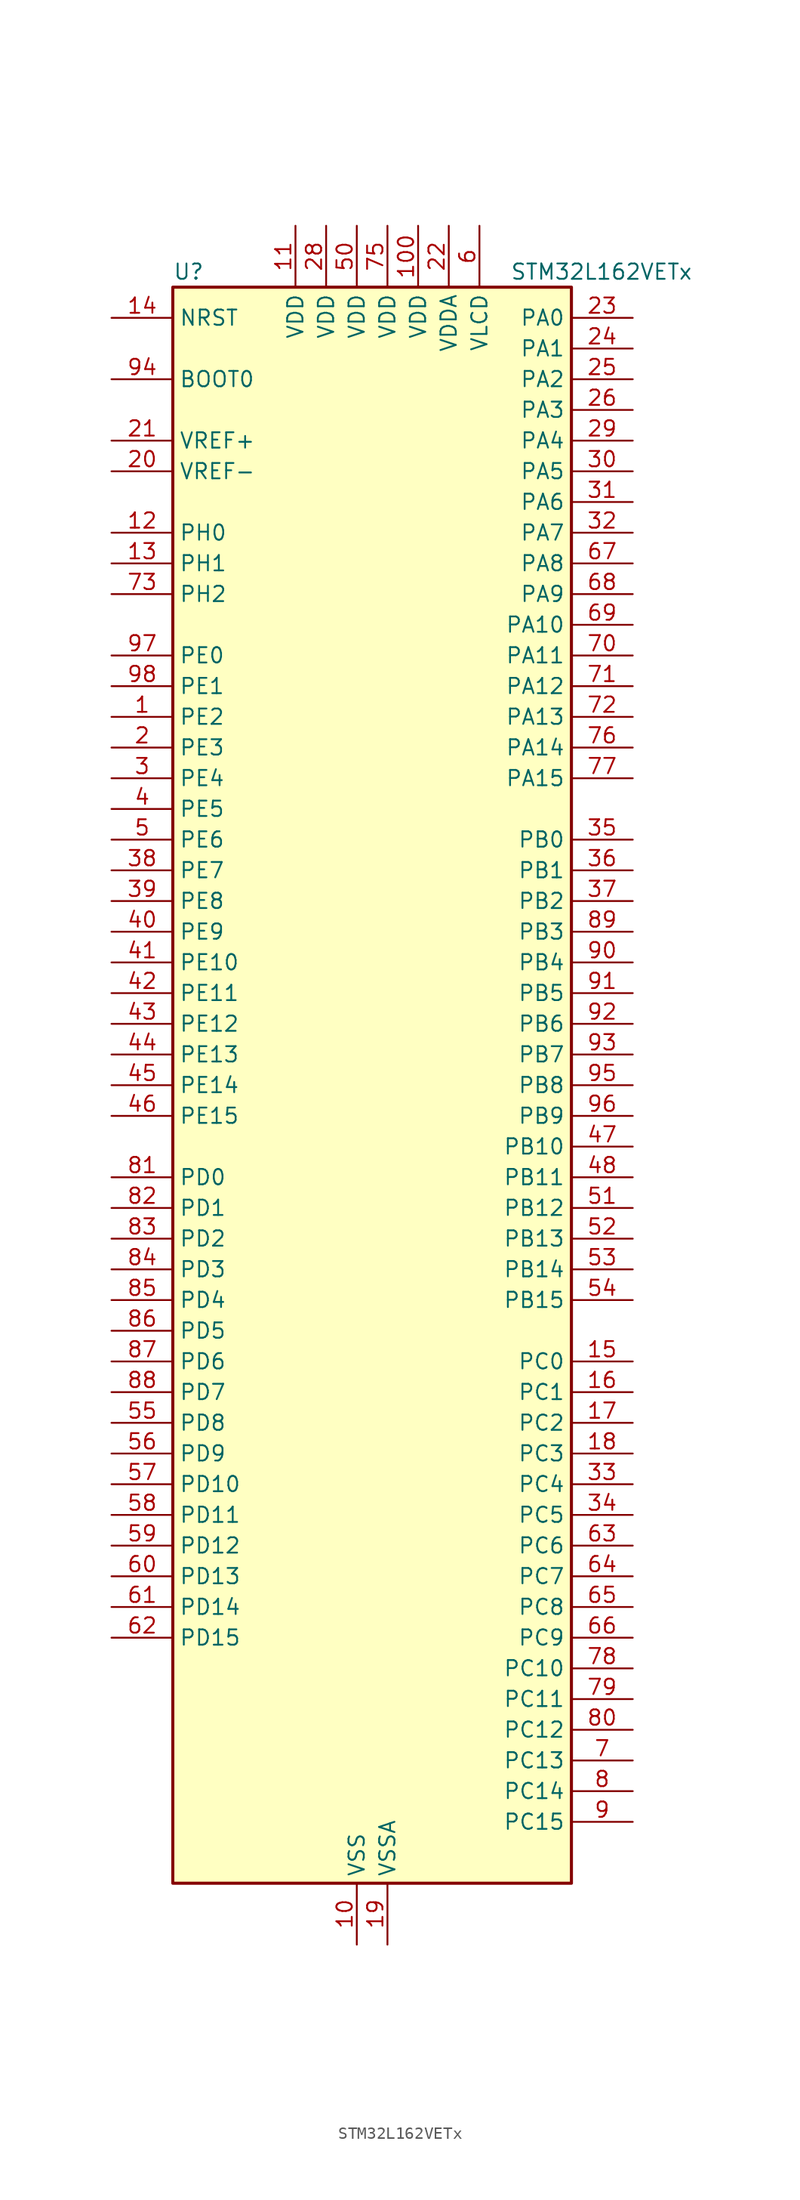
<source format=kicad_sym>
(kicad_symbol_lib
  (version 20220914)
  (generator kicad_symbol_editor)
  (symbol "STM32L162VETx"
    (property "Reference" "U"
      (at -15.24 67.31 0)
      (effects (font (size 1.27 1.27)) (justify left)))
    (property "Value" "STM32L162VETx"
      (at 12.7 67.31 0)
      (effects (font (size 1.27 1.27)) (justify left)))
    (property "ki_locked" ""
      (at 0 0 0)
      (effects (font (size 1.27 1.27))))
    (symbol "STM32L162VETx_0_1"
      (rectangle (start -15.24 -66.04) (end 17.78 66.04) (stroke (width 0.254) (type default)) (fill (type background))))
    (symbol "STM32L162VETx_1_1"
      (pin bidirectional line (at -20.32 30.48 0) (length 5.08) (name "PE2" (effects (font (size 1.27 1.27)))) (number "1" (effects (font (size 1.27 1.27)))) (alternate "LCD_SEG38" bidirectional line) (alternate "SYS_TRACECK" bidirectional line) (alternate "TIM3_ETR" bidirectional line) (alternate "TIMX_IC3" bidirectional line))
      (pin power_in line (at 0 -71.12 90) (length 5.08) (name "VSS" (effects (font (size 1.27 1.27)))) (number "10" (effects (font (size 1.27 1.27)))))
      (pin power_in line (at 5.08 71.12 270) (length 5.08) (name "VDD" (effects (font (size 1.27 1.27)))) (number "100" (effects (font (size 1.27 1.27)))))
      (pin power_in line (at -5.08 71.12 270) (length 5.08) (name "VDD" (effects (font (size 1.27 1.27)))) (number "11" (effects (font (size 1.27 1.27)))))
      (pin bidirectional line (at -20.32 45.72 0) (length 5.08) (name "PH0" (effects (font (size 1.27 1.27)))) (number "12" (effects (font (size 1.27 1.27)))) (alternate "RCC_OSC_IN" bidirectional line))
      (pin bidirectional line (at -20.32 43.18 0) (length 5.08) (name "PH1" (effects (font (size 1.27 1.27)))) (number "13" (effects (font (size 1.27 1.27)))) (alternate "RCC_OSC_OUT" bidirectional line))
      (pin input line (at -20.32 63.5 0) (length 5.08) (name "NRST" (effects (font (size 1.27 1.27)))) (number "14" (effects (font (size 1.27 1.27)))))
      (pin bidirectional line (at 22.86 -22.86 180) (length 5.08) (name "PC0" (effects (font (size 1.27 1.27)))) (number "15" (effects (font (size 1.27 1.27)))) (alternate "ADC_IN10" bidirectional line) (alternate "COMP1_INP" bidirectional line) (alternate "LCD_SEG18" bidirectional line) (alternate "TIMX_IC1" bidirectional line) (alternate "TS_G8_IO1" bidirectional line))
      (pin bidirectional line (at 22.86 -25.4 180) (length 5.08) (name "PC1" (effects (font (size 1.27 1.27)))) (number "16" (effects (font (size 1.27 1.27)))) (alternate "ADC_IN11" bidirectional line) (alternate "COMP1_INP" bidirectional line) (alternate "LCD_SEG19" bidirectional line) (alternate "TIMX_IC2" bidirectional line) (alternate "TS_G8_IO2" bidirectional line))
      (pin bidirectional line (at 22.86 -27.94 180) (length 5.08) (name "PC2" (effects (font (size 1.27 1.27)))) (number "17" (effects (font (size 1.27 1.27)))) (alternate "ADC_IN12" bidirectional line) (alternate "COMP1_INP" bidirectional line) (alternate "LCD_SEG20" bidirectional line) (alternate "TIMX_IC3" bidirectional line) (alternate "TS_G8_IO3" bidirectional line))
      (pin bidirectional line (at 22.86 -30.48 180) (length 5.08) (name "PC3" (effects (font (size 1.27 1.27)))) (number "18" (effects (font (size 1.27 1.27)))) (alternate "ADC_IN13" bidirectional line) (alternate "COMP1_INP" bidirectional line) (alternate "LCD_SEG21" bidirectional line) (alternate "TIMX_IC4" bidirectional line) (alternate "TS_G8_IO4" bidirectional line))
      (pin power_in line (at 2.54 -71.12 90) (length 5.08) (name "VSSA" (effects (font (size 1.27 1.27)))) (number "19" (effects (font (size 1.27 1.27)))))
      (pin bidirectional line (at -20.32 27.94 0) (length 5.08) (name "PE3" (effects (font (size 1.27 1.27)))) (number "2" (effects (font (size 1.27 1.27)))) (alternate "LCD_SEG39" bidirectional line) (alternate "SYS_TRACED0" bidirectional line) (alternate "TIM3_CH1" bidirectional line) (alternate "TIMX_IC4" bidirectional line))
      (pin input line (at -20.32 50.8 0) (length 5.08) (name "VREF-" (effects (font (size 1.27 1.27)))) (number "20" (effects (font (size 1.27 1.27)))))
      (pin input line (at -20.32 53.34 0) (length 5.08) (name "VREF+" (effects (font (size 1.27 1.27)))) (number "21" (effects (font (size 1.27 1.27)))))
      (pin power_in line (at 7.62 71.12 270) (length 5.08) (name "VDDA" (effects (font (size 1.27 1.27)))) (number "22" (effects (font (size 1.27 1.27)))))
      (pin bidirectional line (at 22.86 63.5 180) (length 5.08) (name "PA0" (effects (font (size 1.27 1.27)))) (number "23" (effects (font (size 1.27 1.27)))) (alternate "ADC_IN0" bidirectional line) (alternate "COMP1_INP" bidirectional line) (alternate "RTC_TAMP2" bidirectional line) (alternate "SYS_WKUP1" bidirectional line) (alternate "TIM2_CH1" bidirectional line) (alternate "TIM2_ETR" bidirectional line) (alternate "TIM5_CH1" bidirectional line) (alternate "TIMX_IC1" bidirectional line) (alternate "TS_G1_IO1" bidirectional line) (alternate "USART2_CTS" bidirectional line))
      (pin bidirectional line (at 22.86 60.96 180) (length 5.08) (name "PA1" (effects (font (size 1.27 1.27)))) (number "24" (effects (font (size 1.27 1.27)))) (alternate "ADC_IN1" bidirectional line) (alternate "COMP1_INP" bidirectional line) (alternate "LCD_SEG0" bidirectional line) (alternate "OPAMP1_VINP" bidirectional line) (alternate "TIM2_CH2" bidirectional line) (alternate "TIM5_CH2" bidirectional line) (alternate "TIMX_IC2" bidirectional line) (alternate "TS_G1_IO2" bidirectional line) (alternate "USART2_RTS" bidirectional line))
      (pin bidirectional line (at 22.86 58.42 180) (length 5.08) (name "PA2" (effects (font (size 1.27 1.27)))) (number "25" (effects (font (size 1.27 1.27)))) (alternate "ADC_IN2" bidirectional line) (alternate "COMP1_INP" bidirectional line) (alternate "LCD_SEG1" bidirectional line) (alternate "OPAMP1_VINM" bidirectional line) (alternate "TIM2_CH3" bidirectional line) (alternate "TIM5_CH3" bidirectional line) (alternate "TIM9_CH1" bidirectional line) (alternate "TIMX_IC3" bidirectional line) (alternate "TS_G1_IO3" bidirectional line) (alternate "USART2_TX" bidirectional line))
      (pin bidirectional line (at 22.86 55.88 180) (length 5.08) (name "PA3" (effects (font (size 1.27 1.27)))) (number "26" (effects (font (size 1.27 1.27)))) (alternate "ADC_IN3" bidirectional line) (alternate "COMP1_INP" bidirectional line) (alternate "LCD_SEG2" bidirectional line) (alternate "OPAMP1_VOUT" bidirectional line) (alternate "TIM2_CH4" bidirectional line) (alternate "TIM5_CH4" bidirectional line) (alternate "TIM9_CH2" bidirectional line) (alternate "TIMX_IC4" bidirectional line) (alternate "TS_G1_IO4" bidirectional line) (alternate "USART2_RX" bidirectional line))
      (pin passive line (at 0 -71.12 90) (length 5.08) hide (name "VSS" (effects (font (size 1.27 1.27)))) (number "27" (effects (font (size 1.27 1.27)))))
      (pin power_in line (at -2.54 71.12 270) (length 5.08) (name "VDD" (effects (font (size 1.27 1.27)))) (number "28" (effects (font (size 1.27 1.27)))))
      (pin bidirectional line (at 22.86 53.34 180) (length 5.08) (name "PA4" (effects (font (size 1.27 1.27)))) (number "29" (effects (font (size 1.27 1.27)))) (alternate "ADC_IN4" bidirectional line) (alternate "COMP1_INP" bidirectional line) (alternate "DAC_OUT1" bidirectional line) (alternate "I2S3_WS" bidirectional line) (alternate "SPI1_NSS" bidirectional line) (alternate "SPI3_NSS" bidirectional line) (alternate "TIMX_IC1" bidirectional line) (alternate "USART2_CK" bidirectional line))
      (pin bidirectional line (at -20.32 25.4 0) (length 5.08) (name "PE4" (effects (font (size 1.27 1.27)))) (number "3" (effects (font (size 1.27 1.27)))) (alternate "SYS_TRACED1" bidirectional line) (alternate "TIM3_CH2" bidirectional line) (alternate "TIMX_IC1" bidirectional line))
      (pin bidirectional line (at 22.86 50.8 180) (length 5.08) (name "PA5" (effects (font (size 1.27 1.27)))) (number "30" (effects (font (size 1.27 1.27)))) (alternate "ADC_IN5" bidirectional line) (alternate "COMP1_INP" bidirectional line) (alternate "DAC_OUT2" bidirectional line) (alternate "SPI1_SCK" bidirectional line) (alternate "TIM2_CH1" bidirectional line) (alternate "TIM2_ETR" bidirectional line) (alternate "TIMX_IC2" bidirectional line))
      (pin bidirectional line (at 22.86 48.26 180) (length 5.08) (name "PA6" (effects (font (size 1.27 1.27)))) (number "31" (effects (font (size 1.27 1.27)))) (alternate "ADC_IN6" bidirectional line) (alternate "COMP1_INP" bidirectional line) (alternate "LCD_SEG3" bidirectional line) (alternate "OPAMP2_VINP" bidirectional line) (alternate "SPI1_MISO" bidirectional line) (alternate "TIM10_CH1" bidirectional line) (alternate "TIM3_CH1" bidirectional line) (alternate "TIMX_IC3" bidirectional line) (alternate "TS_G2_IO1" bidirectional line))
      (pin bidirectional line (at 22.86 45.72 180) (length 5.08) (name "PA7" (effects (font (size 1.27 1.27)))) (number "32" (effects (font (size 1.27 1.27)))) (alternate "ADC_IN7" bidirectional line) (alternate "COMP1_INP" bidirectional line) (alternate "LCD_SEG4" bidirectional line) (alternate "OPAMP2_VINM" bidirectional line) (alternate "SPI1_MOSI" bidirectional line) (alternate "TIM11_CH1" bidirectional line) (alternate "TIM3_CH2" bidirectional line) (alternate "TIMX_IC4" bidirectional line) (alternate "TS_G2_IO2" bidirectional line))
      (pin bidirectional line (at 22.86 -33.02 180) (length 5.08) (name "PC4" (effects (font (size 1.27 1.27)))) (number "33" (effects (font (size 1.27 1.27)))) (alternate "ADC_IN14" bidirectional line) (alternate "COMP1_INP" bidirectional line) (alternate "LCD_SEG22" bidirectional line) (alternate "TIMX_IC1" bidirectional line) (alternate "TS_G9_IO1" bidirectional line))
      (pin bidirectional line (at 22.86 -35.56 180) (length 5.08) (name "PC5" (effects (font (size 1.27 1.27)))) (number "34" (effects (font (size 1.27 1.27)))) (alternate "ADC_IN15" bidirectional line) (alternate "COMP1_INP" bidirectional line) (alternate "LCD_SEG23" bidirectional line) (alternate "TIMX_IC2" bidirectional line) (alternate "TS_G9_IO2" bidirectional line))
      (pin bidirectional line (at 22.86 20.32 180) (length 5.08) (name "PB0" (effects (font (size 1.27 1.27)))) (number "35" (effects (font (size 1.27 1.27)))) (alternate "ADC_IN8" bidirectional line) (alternate "COMP1_INP" bidirectional line) (alternate "LCD_SEG5" bidirectional line) (alternate "OPAMP2_VOUT" bidirectional line) (alternate "SYS_V_REF_OUT" bidirectional line) (alternate "TIM3_CH3" bidirectional line) (alternate "TS_G3_IO1" bidirectional line))
      (pin bidirectional line (at 22.86 17.78 180) (length 5.08) (name "PB1" (effects (font (size 1.27 1.27)))) (number "36" (effects (font (size 1.27 1.27)))) (alternate "ADC_IN9" bidirectional line) (alternate "COMP1_INP" bidirectional line) (alternate "LCD_SEG6" bidirectional line) (alternate "SYS_V_REF_OUT" bidirectional line) (alternate "TIM3_CH4" bidirectional line) (alternate "TS_G3_IO2" bidirectional line))
      (pin bidirectional line (at 22.86 15.24 180) (length 5.08) (name "PB2" (effects (font (size 1.27 1.27)))) (number "37" (effects (font (size 1.27 1.27)))) (alternate "ADC_IN0b" bidirectional line) (alternate "TS_G3_IO3" bidirectional line))
      (pin bidirectional line (at -20.32 17.78 0) (length 5.08) (name "PE7" (effects (font (size 1.27 1.27)))) (number "38" (effects (font (size 1.27 1.27)))) (alternate "ADC_IN22" bidirectional line) (alternate "COMP1_INP" bidirectional line) (alternate "TIMX_IC4" bidirectional line))
      (pin bidirectional line (at -20.32 15.24 0) (length 5.08) (name "PE8" (effects (font (size 1.27 1.27)))) (number "39" (effects (font (size 1.27 1.27)))) (alternate "ADC_IN23" bidirectional line) (alternate "COMP1_INP" bidirectional line) (alternate "TIMX_IC1" bidirectional line))
      (pin bidirectional line (at -20.32 22.86 0) (length 5.08) (name "PE5" (effects (font (size 1.27 1.27)))) (number "4" (effects (font (size 1.27 1.27)))) (alternate "SYS_TRACED2" bidirectional line) (alternate "TIM9_CH1" bidirectional line) (alternate "TIMX_IC2" bidirectional line))
      (pin bidirectional line (at -20.32 12.7 0) (length 5.08) (name "PE9" (effects (font (size 1.27 1.27)))) (number "40" (effects (font (size 1.27 1.27)))) (alternate "ADC_IN24" bidirectional line) (alternate "COMP1_INP" bidirectional line) (alternate "DAC_EXTI9" bidirectional line) (alternate "TIM2_CH1" bidirectional line) (alternate "TIM2_ETR" bidirectional line) (alternate "TIMX_IC2" bidirectional line))
      (pin bidirectional line (at -20.32 10.16 0) (length 5.08) (name "PE10" (effects (font (size 1.27 1.27)))) (number "41" (effects (font (size 1.27 1.27)))) (alternate "ADC_IN25" bidirectional line) (alternate "COMP1_INP" bidirectional line) (alternate "TIM2_CH2" bidirectional line) (alternate "TIMX_IC3" bidirectional line))
      (pin bidirectional line (at -20.32 7.62 0) (length 5.08) (name "PE11" (effects (font (size 1.27 1.27)))) (number "42" (effects (font (size 1.27 1.27)))) (alternate "ADC_EXTI11" bidirectional line) (alternate "TIM2_CH3" bidirectional line) (alternate "TIMX_IC4" bidirectional line))
      (pin bidirectional line (at -20.32 5.08 0) (length 5.08) (name "PE12" (effects (font (size 1.27 1.27)))) (number "43" (effects (font (size 1.27 1.27)))) (alternate "SPI1_NSS" bidirectional line) (alternate "TIM2_CH4" bidirectional line) (alternate "TIMX_IC1" bidirectional line))
      (pin bidirectional line (at -20.32 2.54 0) (length 5.08) (name "PE13" (effects (font (size 1.27 1.27)))) (number "44" (effects (font (size 1.27 1.27)))) (alternate "SPI1_SCK" bidirectional line) (alternate "TIMX_IC2" bidirectional line))
      (pin bidirectional line (at -20.32 0 0) (length 5.08) (name "PE14" (effects (font (size 1.27 1.27)))) (number "45" (effects (font (size 1.27 1.27)))) (alternate "SPI1_MISO" bidirectional line) (alternate "TIMX_IC3" bidirectional line))
      (pin bidirectional line (at -20.32 -2.54 0) (length 5.08) (name "PE15" (effects (font (size 1.27 1.27)))) (number "46" (effects (font (size 1.27 1.27)))) (alternate "ADC_EXTI15" bidirectional line) (alternate "SPI1_MOSI" bidirectional line) (alternate "TIMX_IC4" bidirectional line))
      (pin bidirectional line (at 22.86 -5.08 180) (length 5.08) (name "PB10" (effects (font (size 1.27 1.27)))) (number "47" (effects (font (size 1.27 1.27)))) (alternate "I2C2_SCL" bidirectional line) (alternate "LCD_SEG10" bidirectional line) (alternate "TIM2_CH3" bidirectional line) (alternate "USART3_TX" bidirectional line))
      (pin bidirectional line (at 22.86 -7.62 180) (length 5.08) (name "PB11" (effects (font (size 1.27 1.27)))) (number "48" (effects (font (size 1.27 1.27)))) (alternate "ADC_EXTI11" bidirectional line) (alternate "I2C2_SDA" bidirectional line) (alternate "LCD_SEG11" bidirectional line) (alternate "TIM2_CH4" bidirectional line) (alternate "USART3_RX" bidirectional line))
      (pin passive line (at 0 -71.12 90) (length 5.08) hide (name "VSS" (effects (font (size 1.27 1.27)))) (number "49" (effects (font (size 1.27 1.27)))))
      (pin bidirectional line (at -20.32 20.32 0) (length 5.08) (name "PE6" (effects (font (size 1.27 1.27)))) (number "5" (effects (font (size 1.27 1.27)))) (alternate "RTC_TAMP3" bidirectional line) (alternate "SYS_TRACED3" bidirectional line) (alternate "SYS_WKUP3" bidirectional line) (alternate "TIM9_CH2" bidirectional line) (alternate "TIMX_IC3" bidirectional line))
      (pin power_in line (at 0 71.12 270) (length 5.08) (name "VDD" (effects (font (size 1.27 1.27)))) (number "50" (effects (font (size 1.27 1.27)))))
      (pin bidirectional line (at 22.86 -10.16 180) (length 5.08) (name "PB12" (effects (font (size 1.27 1.27)))) (number "51" (effects (font (size 1.27 1.27)))) (alternate "ADC_IN18" bidirectional line) (alternate "COMP1_INP" bidirectional line) (alternate "I2C2_SMBA" bidirectional line) (alternate "I2S2_WS" bidirectional line) (alternate "LCD_SEG12" bidirectional line) (alternate "SPI2_NSS" bidirectional line) (alternate "TIM10_CH1" bidirectional line) (alternate "TS_G7_IO1" bidirectional line) (alternate "USART3_CK" bidirectional line))
      (pin bidirectional line (at 22.86 -12.7 180) (length 5.08) (name "PB13" (effects (font (size 1.27 1.27)))) (number "52" (effects (font (size 1.27 1.27)))) (alternate "ADC_IN19" bidirectional line) (alternate "COMP1_INP" bidirectional line) (alternate "I2S2_CK" bidirectional line) (alternate "LCD_SEG13" bidirectional line) (alternate "SPI2_SCK" bidirectional line) (alternate "TIM9_CH1" bidirectional line) (alternate "TS_G7_IO2" bidirectional line) (alternate "USART3_CTS" bidirectional line))
      (pin bidirectional line (at 22.86 -15.24 180) (length 5.08) (name "PB14" (effects (font (size 1.27 1.27)))) (number "53" (effects (font (size 1.27 1.27)))) (alternate "ADC_IN20" bidirectional line) (alternate "COMP1_INP" bidirectional line) (alternate "LCD_SEG14" bidirectional line) (alternate "SPI2_MISO" bidirectional line) (alternate "TIM9_CH2" bidirectional line) (alternate "TS_G7_IO3" bidirectional line) (alternate "USART3_RTS" bidirectional line))
      (pin bidirectional line (at 22.86 -17.78 180) (length 5.08) (name "PB15" (effects (font (size 1.27 1.27)))) (number "54" (effects (font (size 1.27 1.27)))) (alternate "ADC_EXTI15" bidirectional line) (alternate "ADC_IN21" bidirectional line) (alternate "COMP1_INP" bidirectional line) (alternate "I2S2_SD" bidirectional line) (alternate "LCD_SEG15" bidirectional line) (alternate "RTC_REFIN" bidirectional line) (alternate "SPI2_MOSI" bidirectional line) (alternate "TIM11_CH1" bidirectional line) (alternate "TS_G7_IO4" bidirectional line))
      (pin bidirectional line (at -20.32 -27.94 0) (length 5.08) (name "PD8" (effects (font (size 1.27 1.27)))) (number "55" (effects (font (size 1.27 1.27)))) (alternate "LCD_SEG28" bidirectional line) (alternate "TIMX_IC1" bidirectional line) (alternate "USART3_TX" bidirectional line))
      (pin bidirectional line (at -20.32 -30.48 0) (length 5.08) (name "PD9" (effects (font (size 1.27 1.27)))) (number "56" (effects (font (size 1.27 1.27)))) (alternate "DAC_EXTI9" bidirectional line) (alternate "LCD_SEG29" bidirectional line) (alternate "TIMX_IC2" bidirectional line) (alternate "USART3_RX" bidirectional line))
      (pin bidirectional line (at -20.32 -33.02 0) (length 5.08) (name "PD10" (effects (font (size 1.27 1.27)))) (number "57" (effects (font (size 1.27 1.27)))) (alternate "LCD_SEG30" bidirectional line) (alternate "TIMX_IC3" bidirectional line) (alternate "USART3_CK" bidirectional line))
      (pin bidirectional line (at -20.32 -35.56 0) (length 5.08) (name "PD11" (effects (font (size 1.27 1.27)))) (number "58" (effects (font (size 1.27 1.27)))) (alternate "ADC_EXTI11" bidirectional line) (alternate "LCD_SEG31" bidirectional line) (alternate "TIMX_IC4" bidirectional line) (alternate "USART3_CTS" bidirectional line))
      (pin bidirectional line (at -20.32 -38.1 0) (length 5.08) (name "PD12" (effects (font (size 1.27 1.27)))) (number "59" (effects (font (size 1.27 1.27)))) (alternate "LCD_SEG32" bidirectional line) (alternate "TIM4_CH1" bidirectional line) (alternate "TIMX_IC1" bidirectional line) (alternate "USART3_RTS" bidirectional line))
      (pin power_in line (at 10.16 71.12 270) (length 5.08) (name "VLCD" (effects (font (size 1.27 1.27)))) (number "6" (effects (font (size 1.27 1.27)))))
      (pin bidirectional line (at -20.32 -40.64 0) (length 5.08) (name "PD13" (effects (font (size 1.27 1.27)))) (number "60" (effects (font (size 1.27 1.27)))) (alternate "LCD_SEG33" bidirectional line) (alternate "TIM4_CH2" bidirectional line) (alternate "TIMX_IC2" bidirectional line))
      (pin bidirectional line (at -20.32 -43.18 0) (length 5.08) (name "PD14" (effects (font (size 1.27 1.27)))) (number "61" (effects (font (size 1.27 1.27)))) (alternate "LCD_SEG34" bidirectional line) (alternate "TIM4_CH3" bidirectional line) (alternate "TIMX_IC3" bidirectional line))
      (pin bidirectional line (at -20.32 -45.72 0) (length 5.08) (name "PD15" (effects (font (size 1.27 1.27)))) (number "62" (effects (font (size 1.27 1.27)))) (alternate "ADC_EXTI15" bidirectional line) (alternate "LCD_SEG35" bidirectional line) (alternate "TIM4_CH4" bidirectional line) (alternate "TIMX_IC4" bidirectional line))
      (pin bidirectional line (at 22.86 -38.1 180) (length 5.08) (name "PC6" (effects (font (size 1.27 1.27)))) (number "63" (effects (font (size 1.27 1.27)))) (alternate "I2S2_MCK" bidirectional line) (alternate "LCD_SEG24" bidirectional line) (alternate "TIM3_CH1" bidirectional line) (alternate "TIMX_IC3" bidirectional line) (alternate "TS_G10_IO1" bidirectional line))
      (pin bidirectional line (at 22.86 -40.64 180) (length 5.08) (name "PC7" (effects (font (size 1.27 1.27)))) (number "64" (effects (font (size 1.27 1.27)))) (alternate "I2S3_MCK" bidirectional line) (alternate "LCD_SEG25" bidirectional line) (alternate "TIM3_CH2" bidirectional line) (alternate "TIMX_IC4" bidirectional line) (alternate "TS_G10_IO2" bidirectional line))
      (pin bidirectional line (at 22.86 -43.18 180) (length 5.08) (name "PC8" (effects (font (size 1.27 1.27)))) (number "65" (effects (font (size 1.27 1.27)))) (alternate "LCD_SEG26" bidirectional line) (alternate "TIM3_CH3" bidirectional line) (alternate "TIMX_IC1" bidirectional line) (alternate "TS_G10_IO3" bidirectional line))
      (pin bidirectional line (at 22.86 -45.72 180) (length 5.08) (name "PC9" (effects (font (size 1.27 1.27)))) (number "66" (effects (font (size 1.27 1.27)))) (alternate "DAC_EXTI9" bidirectional line) (alternate "LCD_SEG27" bidirectional line) (alternate "TIM3_CH4" bidirectional line) (alternate "TIMX_IC2" bidirectional line) (alternate "TS_G10_IO4" bidirectional line))
      (pin bidirectional line (at 22.86 43.18 180) (length 5.08) (name "PA8" (effects (font (size 1.27 1.27)))) (number "67" (effects (font (size 1.27 1.27)))) (alternate "LCD_COM0" bidirectional line) (alternate "RCC_MCO" bidirectional line) (alternate "TIMX_IC1" bidirectional line) (alternate "TS_G4_IO1" bidirectional line) (alternate "USART1_CK" bidirectional line))
      (pin bidirectional line (at 22.86 40.64 180) (length 5.08) (name "PA9" (effects (font (size 1.27 1.27)))) (number "68" (effects (font (size 1.27 1.27)))) (alternate "DAC_EXTI9" bidirectional line) (alternate "LCD_COM1" bidirectional line) (alternate "TIMX_IC2" bidirectional line) (alternate "TS_G4_IO2" bidirectional line) (alternate "USART1_TX" bidirectional line))
      (pin bidirectional line (at 22.86 38.1 180) (length 5.08) (name "PA10" (effects (font (size 1.27 1.27)))) (number "69" (effects (font (size 1.27 1.27)))) (alternate "LCD_COM2" bidirectional line) (alternate "TIMX_IC3" bidirectional line) (alternate "TS_G4_IO3" bidirectional line) (alternate "USART1_RX" bidirectional line))
      (pin bidirectional line (at 22.86 -55.88 180) (length 5.08) (name "PC13" (effects (font (size 1.27 1.27)))) (number "7" (effects (font (size 1.27 1.27)))) (alternate "RTC_OUT_ALARM" bidirectional line) (alternate "RTC_OUT_CALIB" bidirectional line) (alternate "RTC_TAMP1" bidirectional line) (alternate "RTC_TS" bidirectional line) (alternate "SYS_WKUP2" bidirectional line) (alternate "TIMX_IC2" bidirectional line))
      (pin bidirectional line (at 22.86 35.56 180) (length 5.08) (name "PA11" (effects (font (size 1.27 1.27)))) (number "70" (effects (font (size 1.27 1.27)))) (alternate "ADC_EXTI11" bidirectional line) (alternate "SPI1_MISO" bidirectional line) (alternate "TIMX_IC4" bidirectional line) (alternate "USART1_CTS" bidirectional line) (alternate "USB_DM" bidirectional line))
      (pin bidirectional line (at 22.86 33.02 180) (length 5.08) (name "PA12" (effects (font (size 1.27 1.27)))) (number "71" (effects (font (size 1.27 1.27)))) (alternate "SPI1_MOSI" bidirectional line) (alternate "TIMX_IC1" bidirectional line) (alternate "USART1_RTS" bidirectional line) (alternate "USB_DP" bidirectional line))
      (pin bidirectional line (at 22.86 30.48 180) (length 5.08) (name "PA13" (effects (font (size 1.27 1.27)))) (number "72" (effects (font (size 1.27 1.27)))) (alternate "SYS_JTMS-SWDIO" bidirectional line) (alternate "TIMX_IC2" bidirectional line) (alternate "TS_G5_IO1" bidirectional line))
      (pin bidirectional line (at -20.32 40.64 0) (length 5.08) (name "PH2" (effects (font (size 1.27 1.27)))) (number "73" (effects (font (size 1.27 1.27)))))
      (pin passive line (at 0 -71.12 90) (length 5.08) hide (name "VSS" (effects (font (size 1.27 1.27)))) (number "74" (effects (font (size 1.27 1.27)))))
      (pin power_in line (at 2.54 71.12 270) (length 5.08) (name "VDD" (effects (font (size 1.27 1.27)))) (number "75" (effects (font (size 1.27 1.27)))))
      (pin bidirectional line (at 22.86 27.94 180) (length 5.08) (name "PA14" (effects (font (size 1.27 1.27)))) (number "76" (effects (font (size 1.27 1.27)))) (alternate "SYS_JTCK-SWCLK" bidirectional line) (alternate "TIMX_IC3" bidirectional line) (alternate "TS_G5_IO2" bidirectional line))
      (pin bidirectional line (at 22.86 25.4 180) (length 5.08) (name "PA15" (effects (font (size 1.27 1.27)))) (number "77" (effects (font (size 1.27 1.27)))) (alternate "ADC_EXTI15" bidirectional line) (alternate "I2S3_WS" bidirectional line) (alternate "LCD_SEG17" bidirectional line) (alternate "SPI1_NSS" bidirectional line) (alternate "SPI3_NSS" bidirectional line) (alternate "SYS_JTDI" bidirectional line) (alternate "TIM2_CH1" bidirectional line) (alternate "TIM2_ETR" bidirectional line) (alternate "TIMX_IC4" bidirectional line) (alternate "TS_G5_IO3" bidirectional line))
      (pin bidirectional line (at 22.86 -48.26 180) (length 5.08) (name "PC10" (effects (font (size 1.27 1.27)))) (number "78" (effects (font (size 1.27 1.27)))) (alternate "I2S3_CK" bidirectional line) (alternate "LCD_COM4" bidirectional line) (alternate "LCD_SEG28" bidirectional line) (alternate "LCD_SEG40" bidirectional line) (alternate "SPI3_SCK" bidirectional line) (alternate "TIMX_IC3" bidirectional line) (alternate "UART4_TX" bidirectional line) (alternate "USART3_TX" bidirectional line))
      (pin bidirectional line (at 22.86 -50.8 180) (length 5.08) (name "PC11" (effects (font (size 1.27 1.27)))) (number "79" (effects (font (size 1.27 1.27)))) (alternate "ADC_EXTI11" bidirectional line) (alternate "LCD_COM5" bidirectional line) (alternate "LCD_SEG29" bidirectional line) (alternate "LCD_SEG41" bidirectional line) (alternate "SPI3_MISO" bidirectional line) (alternate "TIMX_IC4" bidirectional line) (alternate "UART4_RX" bidirectional line) (alternate "USART3_RX" bidirectional line))
      (pin bidirectional line (at 22.86 -58.42 180) (length 5.08) (name "PC14" (effects (font (size 1.27 1.27)))) (number "8" (effects (font (size 1.27 1.27)))) (alternate "RCC_OSC32_IN" bidirectional line) (alternate "TIMX_IC3" bidirectional line))
      (pin bidirectional line (at 22.86 -53.34 180) (length 5.08) (name "PC12" (effects (font (size 1.27 1.27)))) (number "80" (effects (font (size 1.27 1.27)))) (alternate "I2S3_SD" bidirectional line) (alternate "LCD_COM6" bidirectional line) (alternate "LCD_SEG30" bidirectional line) (alternate "LCD_SEG42" bidirectional line) (alternate "SPI3_MOSI" bidirectional line) (alternate "TIMX_IC1" bidirectional line) (alternate "UART5_TX" bidirectional line) (alternate "USART3_CK" bidirectional line))
      (pin bidirectional line (at -20.32 -7.62 0) (length 5.08) (name "PD0" (effects (font (size 1.27 1.27)))) (number "81" (effects (font (size 1.27 1.27)))) (alternate "I2S2_WS" bidirectional line) (alternate "SPI2_NSS" bidirectional line) (alternate "TIM9_CH1" bidirectional line) (alternate "TIMX_IC1" bidirectional line))
      (pin bidirectional line (at -20.32 -10.16 0) (length 5.08) (name "PD1" (effects (font (size 1.27 1.27)))) (number "82" (effects (font (size 1.27 1.27)))) (alternate "I2S2_CK" bidirectional line) (alternate "SPI2_SCK" bidirectional line) (alternate "TIMX_IC2" bidirectional line))
      (pin bidirectional line (at -20.32 -12.7 0) (length 5.08) (name "PD2" (effects (font (size 1.27 1.27)))) (number "83" (effects (font (size 1.27 1.27)))) (alternate "LCD_COM7" bidirectional line) (alternate "LCD_SEG31" bidirectional line) (alternate "LCD_SEG43" bidirectional line) (alternate "TIM3_ETR" bidirectional line) (alternate "TIMX_IC3" bidirectional line) (alternate "UART5_RX" bidirectional line))
      (pin bidirectional line (at -20.32 -15.24 0) (length 5.08) (name "PD3" (effects (font (size 1.27 1.27)))) (number "84" (effects (font (size 1.27 1.27)))) (alternate "SPI2_MISO" bidirectional line) (alternate "TIMX_IC4" bidirectional line) (alternate "USART2_CTS" bidirectional line))
      (pin bidirectional line (at -20.32 -17.78 0) (length 5.08) (name "PD4" (effects (font (size 1.27 1.27)))) (number "85" (effects (font (size 1.27 1.27)))) (alternate "I2S2_SD" bidirectional line) (alternate "SPI2_MOSI" bidirectional line) (alternate "TIMX_IC1" bidirectional line) (alternate "USART2_RTS" bidirectional line))
      (pin bidirectional line (at -20.32 -20.32 0) (length 5.08) (name "PD5" (effects (font (size 1.27 1.27)))) (number "86" (effects (font (size 1.27 1.27)))) (alternate "TIMX_IC2" bidirectional line) (alternate "USART2_TX" bidirectional line))
      (pin bidirectional line (at -20.32 -22.86 0) (length 5.08) (name "PD6" (effects (font (size 1.27 1.27)))) (number "87" (effects (font (size 1.27 1.27)))) (alternate "TIMX_IC3" bidirectional line) (alternate "USART2_RX" bidirectional line))
      (pin bidirectional line (at -20.32 -25.4 0) (length 5.08) (name "PD7" (effects (font (size 1.27 1.27)))) (number "88" (effects (font (size 1.27 1.27)))) (alternate "TIM9_CH2" bidirectional line) (alternate "TIMX_IC4" bidirectional line) (alternate "USART2_CK" bidirectional line))
      (pin bidirectional line (at 22.86 12.7 180) (length 5.08) (name "PB3" (effects (font (size 1.27 1.27)))) (number "89" (effects (font (size 1.27 1.27)))) (alternate "COMP2_INM" bidirectional line) (alternate "I2S3_CK" bidirectional line) (alternate "LCD_SEG7" bidirectional line) (alternate "SPI1_SCK" bidirectional line) (alternate "SPI3_SCK" bidirectional line) (alternate "SYS_JTDO-TRACESWO" bidirectional line) (alternate "TIM2_CH2" bidirectional line))
      (pin bidirectional line (at 22.86 -60.96 180) (length 5.08) (name "PC15" (effects (font (size 1.27 1.27)))) (number "9" (effects (font (size 1.27 1.27)))) (alternate "ADC_EXTI15" bidirectional line) (alternate "RCC_OSC32_OUT" bidirectional line) (alternate "TIMX_IC4" bidirectional line))
      (pin bidirectional line (at 22.86 10.16 180) (length 5.08) (name "PB4" (effects (font (size 1.27 1.27)))) (number "90" (effects (font (size 1.27 1.27)))) (alternate "COMP2_INP" bidirectional line) (alternate "LCD_SEG8" bidirectional line) (alternate "SPI1_MISO" bidirectional line) (alternate "SPI3_MISO" bidirectional line) (alternate "SYS_JTRST" bidirectional line) (alternate "TIM3_CH1" bidirectional line) (alternate "TS_G6_IO1" bidirectional line))
      (pin bidirectional line (at 22.86 7.62 180) (length 5.08) (name "PB5" (effects (font (size 1.27 1.27)))) (number "91" (effects (font (size 1.27 1.27)))) (alternate "COMP2_INP" bidirectional line) (alternate "I2C1_SMBA" bidirectional line) (alternate "I2S3_SD" bidirectional line) (alternate "LCD_SEG9" bidirectional line) (alternate "SPI1_MOSI" bidirectional line) (alternate "SPI3_MOSI" bidirectional line) (alternate "TIM3_CH2" bidirectional line) (alternate "TS_G6_IO2" bidirectional line))
      (pin bidirectional line (at 22.86 5.08 180) (length 5.08) (name "PB6" (effects (font (size 1.27 1.27)))) (number "92" (effects (font (size 1.27 1.27)))) (alternate "COMP2_INP" bidirectional line) (alternate "I2C1_SCL" bidirectional line) (alternate "TIM4_CH1" bidirectional line) (alternate "TS_G6_IO3" bidirectional line) (alternate "USART1_TX" bidirectional line))
      (pin bidirectional line (at 22.86 2.54 180) (length 5.08) (name "PB7" (effects (font (size 1.27 1.27)))) (number "93" (effects (font (size 1.27 1.27)))) (alternate "COMP2_INP" bidirectional line) (alternate "I2C1_SDA" bidirectional line) (alternate "SYS_PVD_IN" bidirectional line) (alternate "TIM4_CH2" bidirectional line) (alternate "TS_G6_IO4" bidirectional line) (alternate "USART1_RX" bidirectional line))
      (pin input line (at -20.32 58.42 0) (length 5.08) (name "BOOT0" (effects (font (size 1.27 1.27)))) (number "94" (effects (font (size 1.27 1.27)))))
      (pin bidirectional line (at 22.86 0 180) (length 5.08) (name "PB8" (effects (font (size 1.27 1.27)))) (number "95" (effects (font (size 1.27 1.27)))) (alternate "I2C1_SCL" bidirectional line) (alternate "LCD_SEG16" bidirectional line) (alternate "TIM10_CH1" bidirectional line) (alternate "TIM4_CH3" bidirectional line))
      (pin bidirectional line (at 22.86 -2.54 180) (length 5.08) (name "PB9" (effects (font (size 1.27 1.27)))) (number "96" (effects (font (size 1.27 1.27)))) (alternate "DAC_EXTI9" bidirectional line) (alternate "I2C1_SDA" bidirectional line) (alternate "LCD_COM3" bidirectional line) (alternate "TIM11_CH1" bidirectional line) (alternate "TIM4_CH4" bidirectional line))
      (pin bidirectional line (at -20.32 35.56 0) (length 5.08) (name "PE0" (effects (font (size 1.27 1.27)))) (number "97" (effects (font (size 1.27 1.27)))) (alternate "LCD_SEG36" bidirectional line) (alternate "TIM10_CH1" bidirectional line) (alternate "TIM4_ETR" bidirectional line) (alternate "TIMX_IC1" bidirectional line))
      (pin bidirectional line (at -20.32 33.02 0) (length 5.08) (name "PE1" (effects (font (size 1.27 1.27)))) (number "98" (effects (font (size 1.27 1.27)))) (alternate "LCD_SEG37" bidirectional line) (alternate "TIM11_CH1" bidirectional line) (alternate "TIMX_IC2" bidirectional line))
      (pin passive line (at 0 -71.12 90) (length 5.08) hide (name "VSS" (effects (font (size 1.27 1.27)))) (number "99" (effects (font (size 1.27 1.27))))))))
</source>
